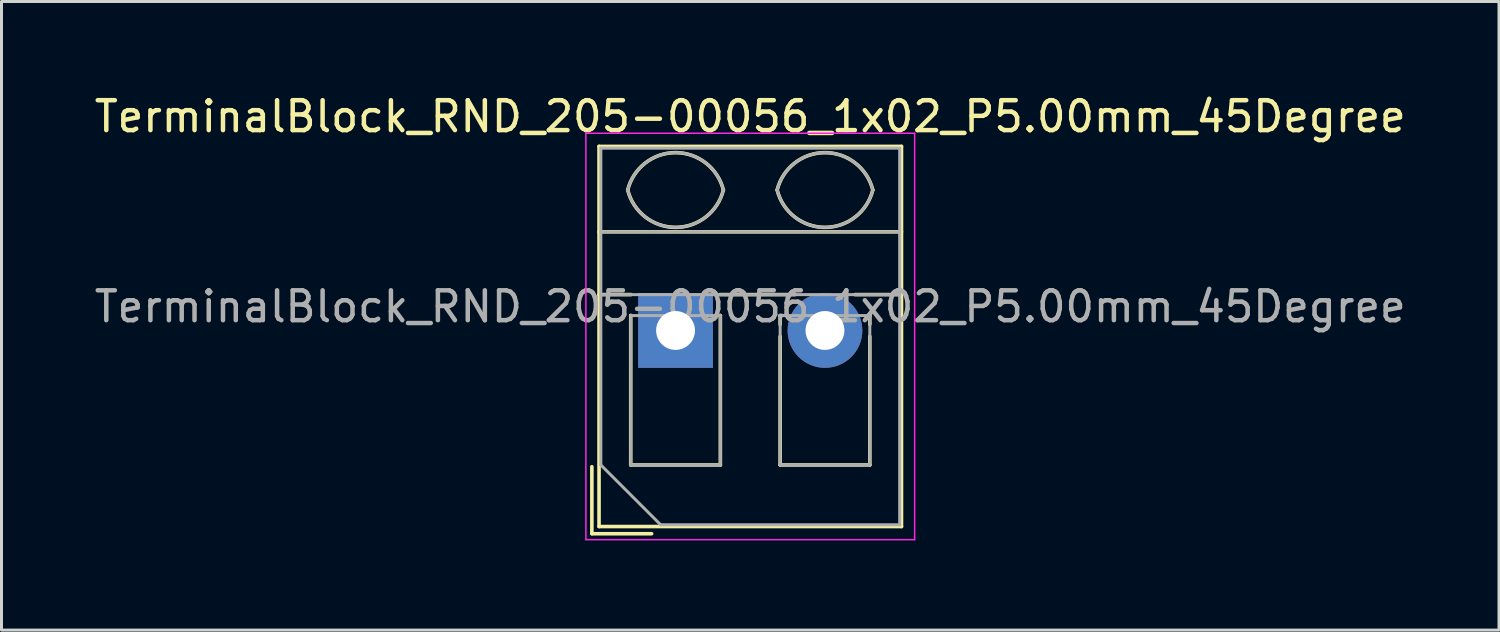
<source format=kicad_pcb>
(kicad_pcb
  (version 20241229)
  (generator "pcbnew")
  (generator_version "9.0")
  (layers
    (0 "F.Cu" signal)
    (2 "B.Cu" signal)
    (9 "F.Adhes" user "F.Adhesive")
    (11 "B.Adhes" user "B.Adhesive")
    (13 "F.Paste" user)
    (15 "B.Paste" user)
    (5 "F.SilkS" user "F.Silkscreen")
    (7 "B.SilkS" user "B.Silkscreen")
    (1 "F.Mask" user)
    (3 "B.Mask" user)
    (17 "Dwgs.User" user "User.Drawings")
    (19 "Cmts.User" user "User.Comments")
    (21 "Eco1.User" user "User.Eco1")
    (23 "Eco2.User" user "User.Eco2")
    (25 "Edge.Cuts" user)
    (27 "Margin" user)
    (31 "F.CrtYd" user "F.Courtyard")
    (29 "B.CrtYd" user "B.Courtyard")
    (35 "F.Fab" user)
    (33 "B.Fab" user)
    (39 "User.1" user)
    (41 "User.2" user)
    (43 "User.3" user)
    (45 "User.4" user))
  (footprint "TerminalBlock_RND_205-00056_1x02_P5.00mm_45Degree"
    (layer "F.Cu")
    (at 19.554 8.008)
    (property "Reference" "TerminalBlock_RND_205-00056_1x02_P5.00mm_45Degree" (at 2.5 -7.16 0) (layer "F.SilkS") (effects (font (size 1 1) (thickness 0.15))))
    (attr through_hole)
    (fp_line (start -2.8 4.56) (end -2.8 6.8) (stroke (width 0.12) (type solid)) (layer "F.SilkS"))
    (fp_line (start -2.8 6.8) (end -0.8 6.8) (stroke (width 0.12) (type solid)) (layer "F.SilkS"))
    (fp_line (start -2.56 -6.16) (end -2.56 6.56) (stroke (width 0.12) (type solid)) (layer "F.SilkS"))
    (fp_line (start -2.56 -6.16) (end 7.56 -6.16) (stroke (width 0.12) (type solid)) (layer "F.SilkS"))
    (fp_line (start -2.56 -3.301) (end 7.56 -3.301) (stroke (width 0.12) (type solid)) (layer "F.SilkS"))
    (fp_line (start -2.56 -1.201) (end -1.49 -1.201) (stroke (width 0.12) (type solid)) (layer "F.SilkS"))
    (fp_line (start -2.56 6.56) (end 7.56 6.56) (stroke (width 0.12) (type solid)) (layer "F.SilkS"))
    (fp_line (start -1.5 -0.5) (end -1.5 4.5) (stroke (width 0.12) (type solid)) (layer "F.SilkS"))
    (fp_line (start -1.5 -0.5) (end -1.49 -0.5) (stroke (width 0.12) (type solid)) (layer "F.SilkS"))
    (fp_line (start -1.5 4.5) (end 1.5 4.5) (stroke (width 0.12) (type solid)) (layer "F.SilkS"))
    (fp_line (start 1.49 -1.201) (end 4 -1.201) (stroke (width 0.12) (type solid)) (layer "F.SilkS"))
    (fp_line (start 1.49 -0.5) (end 1.5 -0.5) (stroke (width 0.12) (type solid)) (layer "F.SilkS"))
    (fp_line (start 1.5 -0.5) (end 1.5 4.5) (stroke (width 0.12) (type solid)) (layer "F.SilkS"))
    (fp_line (start 3.5 -0.5) (end 3.5 -0.202) (stroke (width 0.12) (type solid)) (layer "F.SilkS"))
    (fp_line (start 3.5 -0.5) (end 3.57 -0.5) (stroke (width 0.12) (type solid)) (layer "F.SilkS"))
    (fp_line (start 3.5 0.202) (end 3.5 4.5) (stroke (width 0.12) (type solid)) (layer "F.SilkS"))
    (fp_line (start 3.5 4.5) (end 6.5 4.5) (stroke (width 0.12) (type solid)) (layer "F.SilkS"))
    (fp_line (start 6.001 -1.201) (end 7.56 -1.201) (stroke (width 0.12) (type solid)) (layer "F.SilkS"))
    (fp_line (start 6.431 -0.5) (end 6.5 -0.5) (stroke (width 0.12) (type solid)) (layer "F.SilkS"))
    (fp_line (start 6.5 -0.5) (end 6.5 -0.202) (stroke (width 0.12) (type solid)) (layer "F.SilkS"))
    (fp_line (start 6.5 0.202) (end 6.5 4.5) (stroke (width 0.12) (type solid)) (layer "F.SilkS"))
    (fp_line (start 7.56 -6.16) (end 7.56 6.56) (stroke (width 0.12) (type solid)) (layer "F.SilkS"))
    (fp_arc (start -1.600914 -4.700344) (mid 0.000177 -5.95097) (end 1.601 -4.7) (stroke (width 0.12) (type solid)) (layer "F.SilkS"))
    (fp_arc (start 1.6 -4.7) (mid -0.000064 -3.45) (end -1.600031 -4.700125) (stroke (width 0.12) (type solid)) (layer "F.SilkS"))
    (fp_arc (start 3.399086 -4.700344) (mid 5.000177 -5.95097) (end 6.601 -4.7) (stroke (width 0.12) (type solid)) (layer "F.SilkS"))
    (fp_arc (start 6.6 -4.7) (mid 4.999936 -3.45) (end 3.399969 -4.700125) (stroke (width 0.12) (type solid)) (layer "F.SilkS"))
    (fp_line (start -3 -6.6) (end -3 7) (stroke (width 0.05) (type solid)) (layer "F.CrtYd"))
    (fp_line (start -3 7) (end 8 7) (stroke (width 0.05) (type solid)) (layer "F.CrtYd"))
    (fp_line (start 8 -6.6) (end -3 -6.6) (stroke (width 0.05) (type solid)) (layer "F.CrtYd"))
    (fp_line (start 8 7) (end 8 -6.6) (stroke (width 0.05) (type solid)) (layer "F.CrtYd"))
    (fp_line (start -2.5 -6.1) (end 7.5 -6.1) (stroke (width 0.1) (type solid)) (layer "F.Fab"))
    (fp_line (start -2.5 -3.3) (end 7.5 -3.3) (stroke (width 0.1) (type solid)) (layer "F.Fab"))
    (fp_line (start -2.5 -1.2) (end 7.5 -1.2) (stroke (width 0.1) (type solid)) (layer "F.Fab"))
    (fp_line (start -2.5 4.5) (end -2.5 -6.1) (stroke (width 0.1) (type solid)) (layer "F.Fab"))
    (fp_line (start -1.5 -0.5) (end -1.5 4.5) (stroke (width 0.1) (type solid)) (layer "F.Fab"))
    (fp_line (start -1.5 4.5) (end 1.5 4.5) (stroke (width 0.1) (type solid)) (layer "F.Fab"))
    (fp_line (start -0.5 6.5) (end -2.5 4.5) (stroke (width 0.1) (type solid)) (layer "F.Fab"))
    (fp_line (start 1.5 -0.5) (end -1.5 -0.5) (stroke (width 0.1) (type solid)) (layer "F.Fab"))
    (fp_line (start 1.5 4.5) (end 1.5 -0.5) (stroke (width 0.1) (type solid)) (layer "F.Fab"))
    (fp_line (start 3.5 -0.5) (end 3.5 4.5) (stroke (width 0.1) (type solid)) (layer "F.Fab"))
    (fp_line (start 3.5 4.5) (end 6.5 4.5) (stroke (width 0.1) (type solid)) (layer "F.Fab"))
    (fp_line (start 6.5 -0.5) (end 3.5 -0.5) (stroke (width 0.1) (type solid)) (layer "F.Fab"))
    (fp_line (start 6.5 4.5) (end 6.5 -0.5) (stroke (width 0.1) (type solid)) (layer "F.Fab"))
    (fp_line (start 7.5 -6.1) (end 7.5 6.5) (stroke (width 0.1) (type solid)) (layer "F.Fab"))
    (fp_line (start 7.5 6.5) (end -0.5 6.5) (stroke (width 0.1) (type solid)) (layer "F.Fab"))
    (fp_arc (start -1.600914 -4.700344) (mid 0.000177 -5.95097) (end 1.601 -4.7) (stroke (width 0.1) (type solid)) (layer "F.Fab"))
    (fp_arc (start 1.6 -4.7) (mid -0.000064 -3.45) (end -1.600031 -4.700125) (stroke (width 0.1) (type solid)) (layer "F.Fab"))
    (fp_arc (start 3.399086 -4.700344) (mid 5.000177 -5.95097) (end 6.601 -4.7) (stroke (width 0.1) (type solid)) (layer "F.Fab"))
    (fp_arc (start 6.6 -4.7) (mid 4.999936 -3.45) (end 3.399969 -4.700125) (stroke (width 0.1) (type solid)) (layer "F.Fab"))
    (fp_text user "${REFERENCE}" (at 2.5 -0.8 0) (layer "F.Fab") (effects (font (size 1 1) (thickness 0.15))))
    (pad "1" thru_hole rect (at 0 0) (size 2.5 2.5) (drill 1.3) (layers "*.Cu" "*.Mask"))
    (pad "2" thru_hole circle (at 5 0) (size 2.5 2.5) (drill 1.3) (layers "*.Cu" "*.Mask")))
  (gr_rect
    (start -3 -3)
    (end 47.107 18.033)
    (stroke (width 0.1) (type default))
    (fill no)
    (layer "Edge.Cuts")))
</source>
